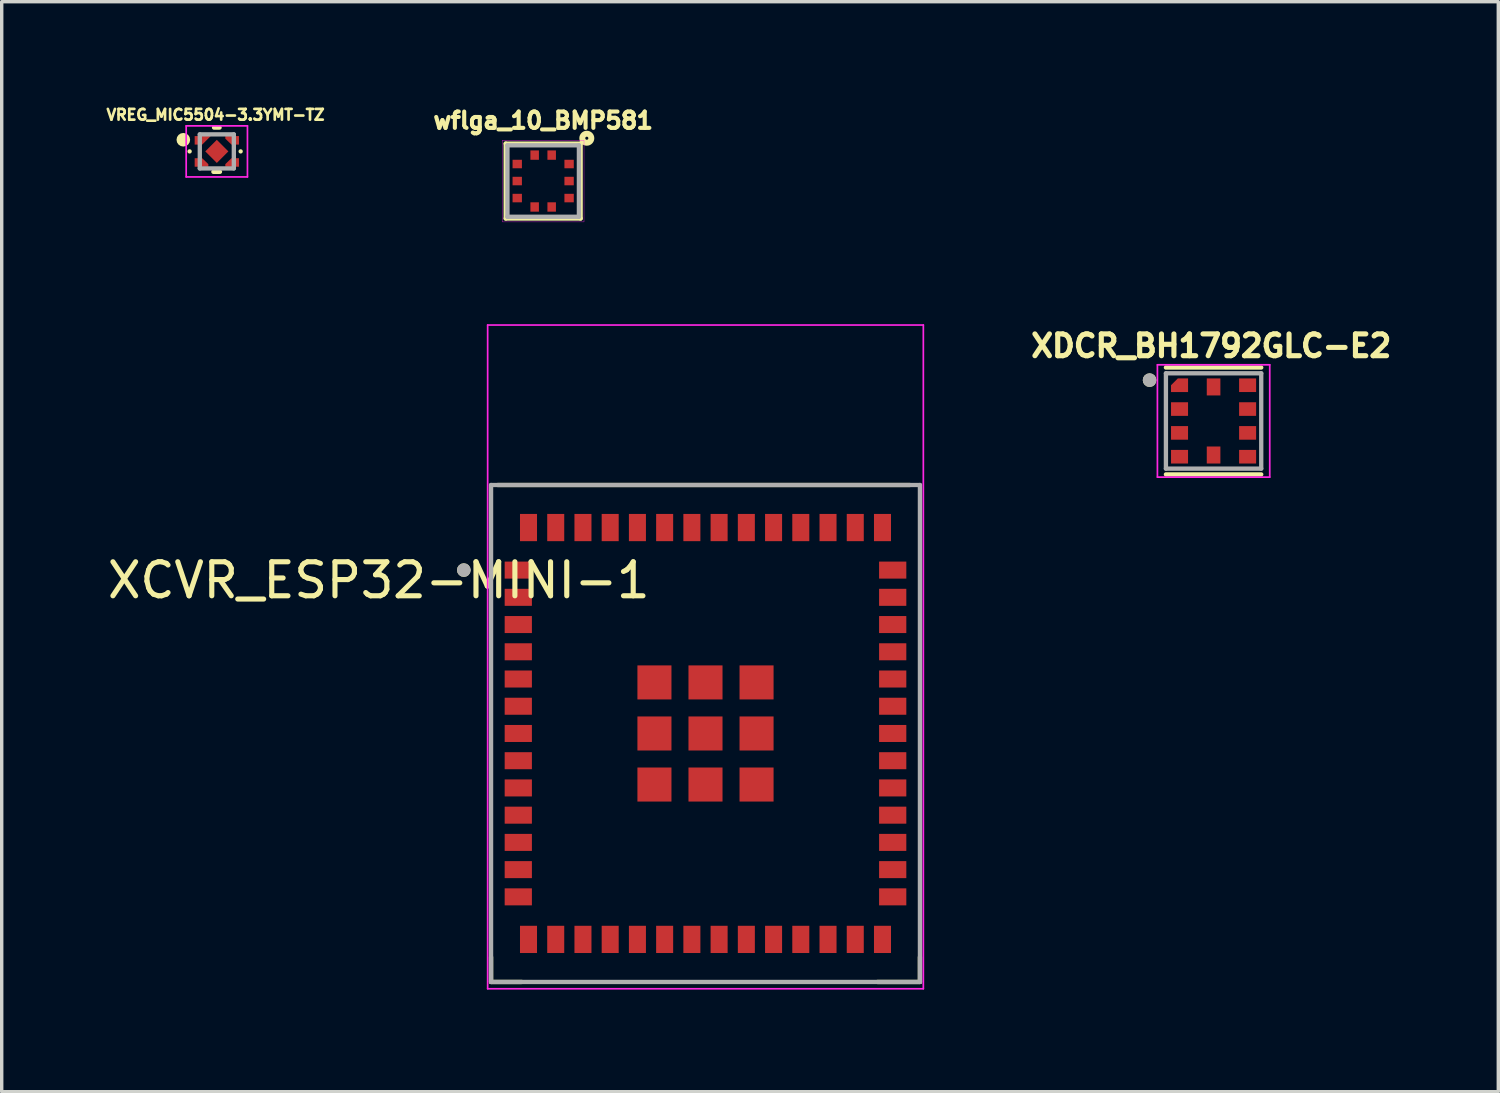
<source format=kicad_pcb>
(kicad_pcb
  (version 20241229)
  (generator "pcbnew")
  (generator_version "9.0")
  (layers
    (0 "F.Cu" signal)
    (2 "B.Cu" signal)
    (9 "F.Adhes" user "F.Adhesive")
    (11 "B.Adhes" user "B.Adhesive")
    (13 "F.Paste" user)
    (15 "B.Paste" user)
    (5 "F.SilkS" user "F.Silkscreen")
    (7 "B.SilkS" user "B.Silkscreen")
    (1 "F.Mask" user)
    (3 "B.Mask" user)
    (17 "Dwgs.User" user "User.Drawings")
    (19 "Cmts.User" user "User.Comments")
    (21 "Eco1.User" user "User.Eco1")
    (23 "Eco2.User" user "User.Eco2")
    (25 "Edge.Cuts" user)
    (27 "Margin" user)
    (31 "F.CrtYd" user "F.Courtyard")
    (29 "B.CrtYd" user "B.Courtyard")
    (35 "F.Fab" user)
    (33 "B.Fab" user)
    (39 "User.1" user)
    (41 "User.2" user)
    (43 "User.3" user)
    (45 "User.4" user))
  (footprint "XCVR_ESP32-MINI-1"
    (layer "F.Cu")
    (at 17.677 18.499)
    (property "Reference" "XCVR_ESP32-MINI-1" (at -9.6 -4.5 0) (layer "F.SilkS") (effects (font (size 1 1) (thickness 0.15))))
    (attr through_hole)
    (fp_line (start -6.3 7.3) (end -6.3 6.57) (stroke (width 0.127) (type solid)) (layer "F.SilkS"))
    (fp_line (start -6.1 -7.3) (end 6 -7.3) (stroke (width 0.127) (type solid)) (layer "F.SilkS"))
    (fp_line (start -5.4 7.3) (end -6.3 7.3) (stroke (width 0.127) (type solid)) (layer "F.SilkS"))
    (fp_line (start 6.3 7.3) (end 5.055 7.3) (stroke (width 0.127) (type solid)) (layer "F.SilkS"))
    (fp_line (start 6.3 7.3) (end 6.3 6.57) (stroke (width 0.127) (type solid)) (layer "F.SilkS"))
    (fp_circle (center -7.1 -4.8) (end -7 -4.8) (stroke (width 0.2) (type solid)) (fill no) (layer "F.SilkS"))
    (fp_line (start -6.4 -12) (end -6.4 7.5) (stroke (width 0.05) (type solid)) (layer "F.CrtYd"))
    (fp_line (start -6.4 7.5) (end 6.4 7.5) (stroke (width 0.05) (type solid)) (layer "F.CrtYd"))
    (fp_line (start 6.4 -12) (end -6.4 -12) (stroke (width 0.05) (type solid)) (layer "F.CrtYd"))
    (fp_line (start 6.4 7.5) (end 6.4 -12) (stroke (width 0.05) (type solid)) (layer "F.CrtYd"))
    (fp_line (start -6.3 -7.3) (end 6.3 -7.3) (stroke (width 0.127) (type solid)) (layer "F.Fab"))
    (fp_line (start -6.3 7.3) (end -6.3 -7.3) (stroke (width 0.127) (type solid)) (layer "F.Fab"))
    (fp_line (start 6.3 -7.3) (end 6.3 7.3) (stroke (width 0.127) (type solid)) (layer "F.Fab"))
    (fp_line (start 6.3 7.3) (end -6.3 7.3) (stroke (width 0.127) (type solid)) (layer "F.Fab"))
    (fp_circle (center -7.1 -4.8) (end -7 -4.8) (stroke (width 0.2) (type solid)) (fill no) (layer "F.Fab"))
    (pad "1" smd rect (at -5.5 -4.8) (size 0.8 0.5) (layers "F.Cu" "F.Mask" "F.Paste"))
    (pad "2" smd rect (at -5.5 -4) (size 0.8 0.5) (layers "F.Cu" "F.Mask" "F.Paste"))
    (pad "3" smd rect (at -5.5 -3.2) (size 0.8 0.5) (layers "F.Cu" "F.Mask" "F.Paste"))
    (pad "4" smd rect (at -5.5 -2.4) (size 0.8 0.5) (layers "F.Cu" "F.Mask" "F.Paste"))
    (pad "5" smd rect (at -5.5 -1.6) (size 0.8 0.5) (layers "F.Cu" "F.Mask" "F.Paste"))
    (pad "6" smd rect (at -5.5 -0.8) (size 0.8 0.5) (layers "F.Cu" "F.Mask" "F.Paste"))
    (pad "7" smd rect (at -5.5 0) (size 0.8 0.5) (layers "F.Cu" "F.Mask" "F.Paste"))
    (pad "8" smd rect (at -5.5 0.8) (size 0.8 0.5) (layers "F.Cu" "F.Mask" "F.Paste"))
    (pad "9" smd rect (at -5.5 1.6) (size 0.8 0.5) (layers "F.Cu" "F.Mask" "F.Paste"))
    (pad "10" smd rect (at -5.5 2.4) (size 0.8 0.5) (layers "F.Cu" "F.Mask" "F.Paste"))
    (pad "11" smd rect (at -5.5 3.2) (size 0.8 0.5) (layers "F.Cu" "F.Mask" "F.Paste"))
    (pad "12" smd rect (at -5.5 4) (size 0.8 0.5) (layers "F.Cu" "F.Mask" "F.Paste"))
    (pad "13" smd rect (at -5.5 4.8) (size 0.8 0.5) (layers "F.Cu" "F.Mask" "F.Paste"))
    (pad "14" smd rect (at -5.2 6.05 90) (size 0.8 0.5) (layers "F.Cu" "F.Mask" "F.Paste"))
    (pad "15" smd rect (at -4.4 6.05 90) (size 0.8 0.5) (layers "F.Cu" "F.Mask" "F.Paste"))
    (pad "16" smd rect (at -3.6 6.05 90) (size 0.8 0.5) (layers "F.Cu" "F.Mask" "F.Paste"))
    (pad "17" smd rect (at -2.8 6.05 90) (size 0.8 0.5) (layers "F.Cu" "F.Mask" "F.Paste"))
    (pad "18" smd rect (at -2 6.05 90) (size 0.8 0.5) (layers "F.Cu" "F.Mask" "F.Paste"))
    (pad "19" smd rect (at -1.2 6.05 90) (size 0.8 0.5) (layers "F.Cu" "F.Mask" "F.Paste"))
    (pad "20" smd rect (at -0.4 6.05 90) (size 0.8 0.5) (layers "F.Cu" "F.Mask" "F.Paste"))
    (pad "21" smd rect (at 0.4 6.05 90) (size 0.8 0.5) (layers "F.Cu" "F.Mask" "F.Paste"))
    (pad "22" smd rect (at 1.2 6.05 90) (size 0.8 0.5) (layers "F.Cu" "F.Mask" "F.Paste"))
    (pad "23" smd rect (at 2 6.05 90) (size 0.8 0.5) (layers "F.Cu" "F.Mask" "F.Paste"))
    (pad "24" smd rect (at 2.8 6.05 90) (size 0.8 0.5) (layers "F.Cu" "F.Mask" "F.Paste"))
    (pad "25" smd rect (at 3.6 6.05 90) (size 0.8 0.5) (layers "F.Cu" "F.Mask" "F.Paste"))
    (pad "26" smd rect (at 4.4 6.05 90) (size 0.8 0.5) (layers "F.Cu" "F.Mask" "F.Paste"))
    (pad "27" smd rect (at 5.2 6.05 90) (size 0.8 0.5) (layers "F.Cu" "F.Mask" "F.Paste"))
    (pad "28" smd rect (at 5.5 4.8) (size 0.8 0.5) (layers "F.Cu" "F.Mask" "F.Paste"))
    (pad "29" smd rect (at 5.5 4) (size 0.8 0.5) (layers "F.Cu" "F.Mask" "F.Paste"))
    (pad "30" smd rect (at 5.5 3.2) (size 0.8 0.5) (layers "F.Cu" "F.Mask" "F.Paste"))
    (pad "31" smd rect (at 5.5 2.4) (size 0.8 0.5) (layers "F.Cu" "F.Mask" "F.Paste"))
    (pad "32" smd rect (at 5.5 1.6) (size 0.8 0.5) (layers "F.Cu" "F.Mask" "F.Paste"))
    (pad "33" smd rect (at 5.5 0.8) (size 0.8 0.5) (layers "F.Cu" "F.Mask" "F.Paste"))
    (pad "34" smd rect (at 5.5 0) (size 0.8 0.5) (layers "F.Cu" "F.Mask" "F.Paste"))
    (pad "35" smd rect (at 5.5 -0.8) (size 0.8 0.5) (layers "F.Cu" "F.Mask" "F.Paste"))
    (pad "36" smd rect (at 5.5 -1.6) (size 0.8 0.5) (layers "F.Cu" "F.Mask" "F.Paste"))
    (pad "37" smd rect (at 5.5 -2.4) (size 0.8 0.5) (layers "F.Cu" "F.Mask" "F.Paste"))
    (pad "38" smd rect (at 5.5 -3.2) (size 0.8 0.5) (layers "F.Cu" "F.Mask" "F.Paste"))
    (pad "39" smd rect (at 5.5 -4) (size 0.8 0.5) (layers "F.Cu" "F.Mask" "F.Paste"))
    (pad "40" smd rect (at 5.5 -4.8) (size 0.8 0.5) (layers "F.Cu" "F.Mask" "F.Paste"))
    (pad "41" smd rect (at 5.2 -6.05 90) (size 0.8 0.5) (layers "F.Cu" "F.Mask" "F.Paste"))
    (pad "42" smd rect (at 4.4 -6.05 90) (size 0.8 0.5) (layers "F.Cu" "F.Mask" "F.Paste"))
    (pad "43" smd rect (at 3.6 -6.05 90) (size 0.8 0.5) (layers "F.Cu" "F.Mask" "F.Paste"))
    (pad "44" smd rect (at 2.8 -6.05 90) (size 0.8 0.5) (layers "F.Cu" "F.Mask" "F.Paste"))
    (pad "45" smd rect (at 2 -6.05 90) (size 0.8 0.5) (layers "F.Cu" "F.Mask" "F.Paste"))
    (pad "46" smd rect (at 1.2 -6.05 90) (size 0.8 0.5) (layers "F.Cu" "F.Mask" "F.Paste"))
    (pad "47" smd rect (at 0.4 -6.05 90) (size 0.8 0.5) (layers "F.Cu" "F.Mask" "F.Paste"))
    (pad "48" smd rect (at -0.4 -6.05 90) (size 0.8 0.5) (layers "F.Cu" "F.Mask" "F.Paste"))
    (pad "49" smd rect (at -1.2 -6.05 90) (size 0.8 0.5) (layers "F.Cu" "F.Mask" "F.Paste"))
    (pad "50" smd rect (at -2 -6.05 90) (size 0.8 0.5) (layers "F.Cu" "F.Mask" "F.Paste"))
    (pad "51" smd rect (at -2.8 -6.05 90) (size 0.8 0.5) (layers "F.Cu" "F.Mask" "F.Paste"))
    (pad "52" smd rect (at -3.6 -6.05 90) (size 0.8 0.5) (layers "F.Cu" "F.Mask" "F.Paste"))
    (pad "53" smd rect (at -4.4 -6.05 90) (size 0.8 0.5) (layers "F.Cu" "F.Mask" "F.Paste"))
    (pad "54" smd rect (at -5.2 -6.05 90) (size 0.8 0.5) (layers "F.Cu" "F.Mask" "F.Paste"))
    (pad "55" smd rect (at -1.5 -1.5) (size 1 1) (layers "F.Cu" "F.Mask" "F.Paste"))
    (pad "55" smd rect (at -1.5 0) (size 1 1) (layers "F.Cu" "F.Mask" "F.Paste"))
    (pad "55" smd rect (at -1.5 1.5) (size 1 1) (layers "F.Cu" "F.Mask" "F.Paste"))
    (pad "55" smd rect (at 0 -1.5) (size 1 1) (layers "F.Cu" "F.Mask" "F.Paste"))
    (pad "55" smd rect (at 0 0) (size 1 1) (layers "F.Cu" "F.Mask" "F.Paste"))
    (pad "55" smd rect (at 0 1.5) (size 1 1) (layers "F.Cu" "F.Mask" "F.Paste"))
    (pad "55" smd rect (at 1.5 -1.5) (size 1 1) (layers "F.Cu" "F.Mask" "F.Paste"))
    (pad "55" smd rect (at 1.5 0) (size 1 1) (layers "F.Cu" "F.Mask" "F.Paste"))
    (pad "55" smd rect (at 1.5 1.5) (size 1 1) (layers "F.Cu" "F.Mask" "F.Paste")))
  (footprint "XDCR_BH1792GLC-E2"
    (layer "F.Cu")
    (at 32.604 9.318)
    (property "Reference" "XDCR_BH1792GLC-E2" (at -0.068 -2.206 0) (layer "F.SilkS") (effects (font (size 0.64 0.64) (thickness 0.15))))
    (attr smd)
    (fp_poly (pts (xy -1.15 -1.35) (xy -0.65 -1.35) (xy -0.65 -0.75) (xy -1.35 -0.75) (xy -1.35 -1.15)) (stroke (width 0.001) (type solid)) (fill yes) (layer "F.Mask"))
    (fp_line (start -1.4 -1.57) (end 1.4 -1.57) (stroke (width 0.127) (type solid)) (layer "F.SilkS"))
    (fp_line (start 1.4 1.57) (end -1.4 1.57) (stroke (width 0.127) (type solid)) (layer "F.SilkS"))
    (fp_circle (center -1.88 -1.2) (end -1.78 -1.2) (stroke (width 0.2) (type solid)) (fill no) (layer "F.SilkS"))
    (fp_poly (pts (xy -1.05 -1.25) (xy -0.75 -1.25) (xy -0.75 -0.85) (xy -1.25 -0.85) (xy -1.25 -1.05)) (stroke (width 0.001) (type solid)) (fill yes) (layer "F.Paste"))
    (fp_line (start -1.65 -1.65) (end 1.65 -1.65) (stroke (width 0.05) (type solid)) (layer "F.CrtYd"))
    (fp_line (start -1.65 1.65) (end -1.65 -1.65) (stroke (width 0.05) (type solid)) (layer "F.CrtYd"))
    (fp_line (start 1.65 -1.65) (end 1.65 1.65) (stroke (width 0.05) (type solid)) (layer "F.CrtYd"))
    (fp_line (start 1.65 1.65) (end -1.65 1.65) (stroke (width 0.05) (type solid)) (layer "F.CrtYd"))
    (fp_line (start -1.4 -1.4) (end 1.4 -1.4) (stroke (width 0.127) (type solid)) (layer "F.Fab"))
    (fp_line (start -1.4 1.4) (end -1.4 -1.4) (stroke (width 0.127) (type solid)) (layer "F.Fab"))
    (fp_line (start 1.4 -1.4) (end 1.4 1.4) (stroke (width 0.127) (type solid)) (layer "F.Fab"))
    (fp_line (start 1.4 1.4) (end -1.4 1.4) (stroke (width 0.127) (type solid)) (layer "F.Fab"))
    (fp_circle (center -1.88 -1.2) (end -1.78 -1.2) (stroke (width 0.2) (type solid)) (fill no) (layer "F.Fab"))
    (pad "1" smd custom (at -1 -1.05) (size 0.25 0.2) (layers "F.Cu") (options (anchor rect)) (primitives (gr_poly (pts (xy -0.05 -0.2) (xy 0.25 -0.2) (xy 0.25 0.2) (xy -0.25 0.2) (xy -0.25 0)) (width 0.001) (fill yes))))
    (pad "2" smd rect (at -1 -0.35) (size 0.5 0.4) (layers "F.Cu" "F.Mask" "F.Paste"))
    (pad "3" smd rect (at -1 0.35) (size 0.5 0.4) (layers "F.Cu" "F.Mask" "F.Paste"))
    (pad "4" smd rect (at -1 1.05) (size 0.5 0.4) (layers "F.Cu" "F.Mask" "F.Paste"))
    (pad "5" smd rect (at 0 1) (size 0.4 0.5) (layers "F.Cu" "F.Mask" "F.Paste"))
    (pad "6" smd rect (at 1 1.05) (size 0.5 0.4) (layers "F.Cu" "F.Mask" "F.Paste"))
    (pad "7" smd rect (at 1 0.35) (size 0.5 0.4) (layers "F.Cu" "F.Mask" "F.Paste"))
    (pad "8" smd rect (at 1 -0.35) (size 0.5 0.4) (layers "F.Cu" "F.Mask" "F.Paste"))
    (pad "9" smd rect (at 1 -1.05) (size 0.5 0.4) (layers "F.Cu" "F.Mask" "F.Paste"))
    (pad "10" smd rect (at 0 -1) (size 0.4 0.5) (layers "F.Cu" "F.Mask" "F.Paste")))
  (footprint "VREG_MIC5504-3.3YMT-TZ"
    (layer "F.Cu")
    (at 3.32 1.398)
    (property "Reference" "VREG_MIC5504-3.3YMT-TZ" (at -0.037 -1.075 0) (layer "F.SilkS") (effects (font (size 0.315 0.315) (thickness 0.15))))
    (attr smd)
    (fp_poly (pts (xy -0.39 -0.1) (xy -0.75 -0.1) (xy -0.75 -0.55) (xy 0.06 -0.55)) (stroke (width 0.001) (type solid)) (fill yes) (layer "F.Mask"))
    (fp_poly (pts (xy -0.75 0.1) (xy -0.75 0.55) (xy -0.15 0.55) (xy -0.15 0.34) (xy -0.39 0.1)) (stroke (width 0.001) (type solid)) (fill yes) (layer "F.Mask"))
    (fp_poly (pts (xy 0.75 -0.1) (xy 0.75 -0.55) (xy 0.15 -0.55) (xy 0.15 -0.34) (xy 0.39 -0.1)) (stroke (width 0.001) (type solid)) (fill yes) (layer "F.Mask"))
    (fp_poly (pts (xy 0.75 0.1) (xy 0.75 0.55) (xy 0.15 0.55) (xy 0.15 0.34) (xy 0.39 0.1)) (stroke (width 0.001) (type solid)) (fill yes) (layer "F.Mask"))
    (fp_line (start -0.8 0) (end -0.799 0) (stroke (width 0.127) (type solid)) (layer "F.SilkS"))
    (fp_line (start -0.1 0.6) (end 0.092 0.6) (stroke (width 0.127) (type solid)) (layer "F.SilkS"))
    (fp_line (start -0.081 -0.7) (end 0.081 -0.701) (stroke (width 0.127) (type solid)) (layer "F.SilkS"))
    (fp_line (start 0.7 0) (end 0.7 0) (stroke (width 0.127) (type solid)) (layer "F.SilkS"))
    (fp_circle (center -0.984 -0.342) (end -0.884 -0.342) (stroke (width 0.2) (type solid)) (fill no) (layer "F.SilkS"))
    (fp_poly (pts (xy -0.43 -0.2) (xy -0.18 -0.45) (xy -0.65 -0.45) (xy -0.65 -0.2)) (stroke (width 0.001) (type solid)) (fill yes) (layer "F.Paste"))
    (fp_poly (pts (xy -0.43 0.2) (xy -0.25 0.375) (xy -0.25 0.45) (xy -0.65 0.45) (xy -0.65 0.2)) (stroke (width 0.001) (type solid)) (fill yes) (layer "F.Paste"))
    (fp_poly (pts (xy 0.43 -0.2) (xy 0.25 -0.375) (xy 0.25 -0.45) (xy 0.65 -0.45) (xy 0.65 -0.2)) (stroke (width 0.001) (type solid)) (fill yes) (layer "F.Paste"))
    (fp_poly (pts (xy 0.43 0.2) (xy 0.25 0.375) (xy 0.25 0.45) (xy 0.65 0.45) (xy 0.65 0.2)) (stroke (width 0.001) (type solid)) (fill yes) (layer "F.Paste"))
    (fp_line (start -0.9 -0.75) (end -0.9 0.75) (stroke (width 0.05) (type solid)) (layer "F.CrtYd"))
    (fp_line (start -0.9 0.75) (end 0.9 0.75) (stroke (width 0.05) (type solid)) (layer "F.CrtYd"))
    (fp_line (start 0.9 -0.75) (end -0.9 -0.75) (stroke (width 0.05) (type solid)) (layer "F.CrtYd"))
    (fp_line (start 0.9 0.75) (end 0.9 -0.75) (stroke (width 0.05) (type solid)) (layer "F.CrtYd"))
    (fp_line (start -0.5 -0.5) (end -0.5 0.5) (stroke (width 0.127) (type solid)) (layer "F.Fab"))
    (fp_line (start -0.5 0.5) (end 0.5 0.5) (stroke (width 0.127) (type solid)) (layer "F.Fab"))
    (fp_line (start 0.5 -0.5) (end -0.5 -0.5) (stroke (width 0.127) (type solid)) (layer "F.Fab"))
    (fp_line (start 0.5 0.5) (end 0.5 -0.5) (stroke (width 0.127) (type solid)) (layer "F.Fab"))
    (pad "1" smd custom (at -0.51 -0.327) (size 0.1 0.1) (layers "F.Cu") (options (anchor rect)) (primitives (gr_poly (pts (xy 0.08 0.127) (xy 0.33 -0.123) (xy -0.14 -0.123) (xy -0.14 0.127)) (width 0.001) (fill yes))))
    (pad "2" smd custom (at -0.513 0.339) (size 0.1 0.1) (layers "F.Cu") (options (anchor rect)) (primitives (gr_poly (pts (xy 0.083 -0.139) (xy 0.263 0.036) (xy 0.263 0.111) (xy -0.137 0.111) (xy -0.137 -0.139)) (width 0.001) (fill yes))))
    (pad "3" smd custom (at 0.518 0.346) (size 0.1 0.1) (layers "F.Cu") (options (anchor rect)) (primitives (gr_poly (pts (xy -0.088 -0.146) (xy -0.268 0.029) (xy -0.268 0.104) (xy 0.132 0.104) (xy 0.132 -0.146)) (width 0.001) (fill yes))))
    (pad "4" smd custom (at 0.512 -0.329) (size 0.1 0.1) (layers "F.Cu") (options (anchor rect)) (primitives (gr_poly (pts (xy -0.082 0.129) (xy -0.262 -0.046) (xy -0.262 -0.121) (xy 0.138 -0.121) (xy 0.138 0.129)) (width 0.001) (fill yes))))
    (pad "5" smd rect (at 0 0 315) (size 0.48 0.48) (layers "F.Cu" "F.Mask" "F.Paste")))
  (footprint "wflga_10_BMP581"
    (layer "F.Cu")
    (at 12.908 2.269)
    (property "Reference" "wflga_10_BMP581" (at 0 -1.778 0) (layer "F.SilkS") (effects (font (size 0.48 0.48) (thickness 0.15))))
    (attr through_hole)
    (fp_line (start -1.1 -1.1) (end 1.1 -1.1) (stroke (width 0.127) (type solid)) (layer "F.SilkS"))
    (fp_line (start -1.1 1.1) (end -1.1 -1.1) (stroke (width 0.127) (type solid)) (layer "F.SilkS"))
    (fp_line (start 1.1 -1.1) (end 1.1 1.1) (stroke (width 0.127) (type solid)) (layer "F.SilkS"))
    (fp_line (start 1.1 1.1) (end -1.1 1.1) (stroke (width 0.127) (type solid)) (layer "F.SilkS"))
    (fp_circle (center 1.282 -1.258) (end 1.327 -1.258) (stroke (width 0.175) (type solid)) (fill no) (layer "F.SilkS"))
    (fp_poly (pts (xy -0.875 -0.6) (xy -0.65 -0.6) (xy -0.65 -0.4) (xy -0.875 -0.4)) (stroke (width 0.01) (type solid)) (fill yes) (layer "F.Paste"))
    (fp_poly (pts (xy -0.875 -0.1) (xy -0.65 -0.1) (xy -0.65 0.1) (xy -0.875 0.1)) (stroke (width 0.01) (type solid)) (fill yes) (layer "F.Paste"))
    (fp_poly (pts (xy -0.875 0.4) (xy -0.65 0.4) (xy -0.65 0.6) (xy -0.875 0.6)) (stroke (width 0.01) (type solid)) (fill yes) (layer "F.Paste"))
    (fp_poly (pts (xy -0.362 -0.863) (xy -0.138 -0.863) (xy -0.138 -0.662) (xy -0.362 -0.662)) (stroke (width 0.01) (type solid)) (fill yes) (layer "F.Paste"))
    (fp_poly (pts (xy -0.362 0.662) (xy -0.138 0.662) (xy -0.138 0.863) (xy -0.362 0.863)) (stroke (width 0.01) (type solid)) (fill yes) (layer "F.Paste"))
    (fp_poly (pts (xy 0.138 -0.863) (xy 0.362 -0.863) (xy 0.362 -0.662) (xy 0.138 -0.662)) (stroke (width 0.01) (type solid)) (fill yes) (layer "F.Paste"))
    (fp_poly (pts (xy 0.138 0.662) (xy 0.362 0.662) (xy 0.362 0.863) (xy 0.138 0.863)) (stroke (width 0.01) (type solid)) (fill yes) (layer "F.Paste"))
    (fp_poly (pts (xy 0.65 -0.6) (xy 0.875 -0.6) (xy 0.875 -0.4) (xy 0.65 -0.4)) (stroke (width 0.01) (type solid)) (fill yes) (layer "F.Paste"))
    (fp_poly (pts (xy 0.65 -0.1) (xy 0.875 -0.1) (xy 0.875 0.1) (xy 0.65 0.1)) (stroke (width 0.01) (type solid)) (fill yes) (layer "F.Paste"))
    (fp_poly (pts (xy 0.65 0.4) (xy 0.875 0.4) (xy 0.875 0.6) (xy 0.65 0.6)) (stroke (width 0.01) (type solid)) (fill yes) (layer "F.Paste"))
    (fp_poly (pts (xy -1.2 -1.2) (xy 1.2 -1.2) (xy 1.2 1.2) (xy -1.2 1.2)) (stroke (width 0.01) (type solid)) (fill no) (layer "F.CrtYd"))
    (fp_line (start -1.05 -1.05) (end 1.05 -1.05) (stroke (width 0.127) (type solid)) (layer "F.Fab"))
    (fp_line (start -1.05 1.05) (end -1.05 -1.05) (stroke (width 0.127) (type solid)) (layer "F.Fab"))
    (fp_line (start 1.05 -1.05) (end 1.05 1.05) (stroke (width 0.127) (type solid)) (layer "F.Fab"))
    (fp_line (start 1.05 1.05) (end -1.05 1.05) (stroke (width 0.127) (type solid)) (layer "F.Fab"))
    (pad "1" smd rect (at 0.25 -0.762) (size 0.25 0.275) (layers "F.Cu" "F.Mask"))
    (pad "2" smd rect (at -0.25 -0.762) (size 0.25 0.275) (layers "F.Cu" "F.Mask"))
    (pad "3" smd rect (at -0.762 -0.5) (size 0.275 0.25) (layers "F.Cu" "F.Mask"))
    (pad "4" smd rect (at -0.762 0) (size 0.275 0.25) (layers "F.Cu" "F.Mask"))
    (pad "5" smd rect (at -0.762 0.5) (size 0.275 0.25) (layers "F.Cu" "F.Mask"))
    (pad "6" smd rect (at -0.25 0.762) (size 0.25 0.275) (layers "F.Cu" "F.Mask"))
    (pad "7" smd rect (at 0.25 0.762) (size 0.25 0.275) (layers "F.Cu" "F.Mask"))
    (pad "8" smd rect (at 0.762 0.5) (size 0.275 0.25) (layers "F.Cu" "F.Mask"))
    (pad "9" smd rect (at 0.762 0) (size 0.275 0.25) (layers "F.Cu" "F.Mask"))
    (pad "10" smd rect (at 0.762 -0.5) (size 0.275 0.25) (layers "F.Cu" "F.Mask")))
  (gr_rect
    (start -3 -3)
    (end 40.969 29.024)
    (stroke (width 0.1) (type default))
    (fill no)
    (layer "Edge.Cuts")))
</source>
